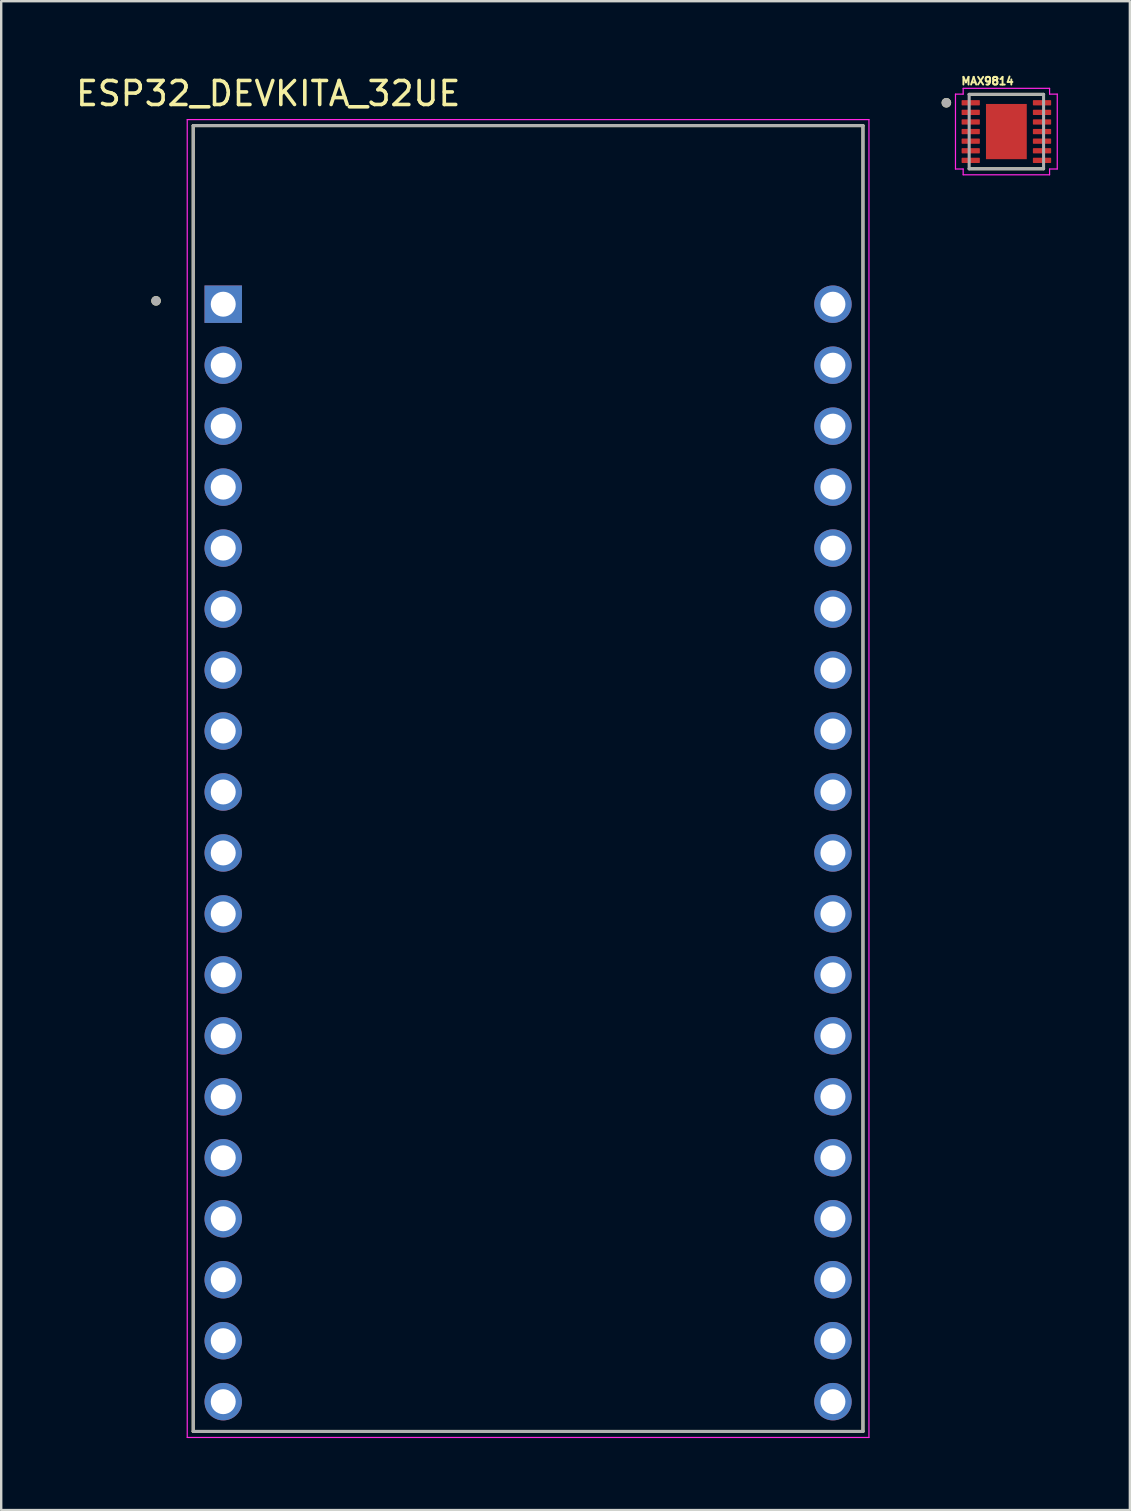
<source format=kicad_pcb>
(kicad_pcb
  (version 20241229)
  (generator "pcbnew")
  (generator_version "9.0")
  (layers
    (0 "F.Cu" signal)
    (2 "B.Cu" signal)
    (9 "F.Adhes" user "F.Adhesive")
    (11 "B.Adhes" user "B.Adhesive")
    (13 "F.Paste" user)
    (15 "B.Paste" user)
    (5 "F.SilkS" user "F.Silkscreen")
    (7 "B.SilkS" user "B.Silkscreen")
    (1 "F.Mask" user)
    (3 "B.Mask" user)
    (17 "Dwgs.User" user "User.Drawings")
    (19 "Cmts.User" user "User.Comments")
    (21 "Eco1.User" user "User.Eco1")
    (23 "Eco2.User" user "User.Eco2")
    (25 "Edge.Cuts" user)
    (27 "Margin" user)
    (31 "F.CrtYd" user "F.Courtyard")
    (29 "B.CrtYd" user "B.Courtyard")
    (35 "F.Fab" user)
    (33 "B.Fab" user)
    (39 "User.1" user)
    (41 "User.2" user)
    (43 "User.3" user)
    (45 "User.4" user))
  (footprint "ESP32_DEVKITA_32UE"
    (layer "F.Cu")
    (at 18.95 32.483)
    (property "Reference" "ESP32_DEVKITA_32UE" (at -10.825 -31.635 0) (layer "F.SilkS") (effects (font (size 1 1) (thickness 0.15))))
    (attr through_hole)
    (fp_line (start -13.95 -30.3) (end 13.95 -30.3) (stroke (width 0.127) (type solid)) (layer "F.SilkS"))
    (fp_line (start -13.95 24.1) (end -13.95 -30.3) (stroke (width 0.127) (type solid)) (layer "F.SilkS"))
    (fp_line (start 13.95 -30.3) (end 13.95 24.1) (stroke (width 0.127) (type solid)) (layer "F.SilkS"))
    (fp_line (start 13.95 24.1) (end -13.95 24.1) (stroke (width 0.127) (type solid)) (layer "F.SilkS"))
    (fp_circle (center -15.5 -23) (end -15.4 -23) (stroke (width 0.2) (type solid)) (fill no) (layer "F.SilkS"))
    (fp_line (start -14.2 -30.55) (end 14.2 -30.55) (stroke (width 0.05) (type solid)) (layer "F.CrtYd"))
    (fp_line (start -14.2 24.35) (end -14.2 -30.55) (stroke (width 0.05) (type solid)) (layer "F.CrtYd"))
    (fp_line (start 14.2 -30.55) (end 14.2 24.35) (stroke (width 0.05) (type solid)) (layer "F.CrtYd"))
    (fp_line (start 14.2 24.35) (end -14.2 24.35) (stroke (width 0.05) (type solid)) (layer "F.CrtYd"))
    (fp_line (start -13.95 -30.3) (end 13.95 -30.3) (stroke (width 0.127) (type solid)) (layer "F.Fab"))
    (fp_line (start -13.95 24.1) (end -13.95 -30.3) (stroke (width 0.127) (type solid)) (layer "F.Fab"))
    (fp_line (start 13.95 -30.3) (end 13.95 24.1) (stroke (width 0.127) (type solid)) (layer "F.Fab"))
    (fp_line (start 13.95 24.1) (end -13.95 24.1) (stroke (width 0.127) (type solid)) (layer "F.Fab"))
    (fp_circle (center -15.5 -23) (end -15.4 -23) (stroke (width 0.2) (type solid)) (fill no) (layer "F.Fab"))
    (pad "1" thru_hole rect (at -12.7 -22.86) (size 1.56 1.56) (drill 1.04) (layers "*.Cu" "*.Mask"))
    (pad "2" thru_hole circle (at -12.7 -20.32) (size 1.56 1.56) (drill 1.04) (layers "*.Cu" "*.Mask"))
    (pad "3" thru_hole circle (at -12.7 -17.78) (size 1.56 1.56) (drill 1.04) (layers "*.Cu" "*.Mask"))
    (pad "4" thru_hole circle (at -12.7 -15.24) (size 1.56 1.56) (drill 1.04) (layers "*.Cu" "*.Mask"))
    (pad "5" thru_hole circle (at -12.7 -12.7) (size 1.56 1.56) (drill 1.04) (layers "*.Cu" "*.Mask"))
    (pad "6" thru_hole circle (at -12.7 -10.16) (size 1.56 1.56) (drill 1.04) (layers "*.Cu" "*.Mask"))
    (pad "7" thru_hole circle (at -12.7 -7.62) (size 1.56 1.56) (drill 1.04) (layers "*.Cu" "*.Mask"))
    (pad "8" thru_hole circle (at -12.7 -5.08) (size 1.56 1.56) (drill 1.04) (layers "*.Cu" "*.Mask"))
    (pad "9" thru_hole circle (at -12.7 -2.54) (size 1.56 1.56) (drill 1.04) (layers "*.Cu" "*.Mask"))
    (pad "10" thru_hole circle (at -12.7 0) (size 1.56 1.56) (drill 1.04) (layers "*.Cu" "*.Mask"))
    (pad "11" thru_hole circle (at -12.7 2.54) (size 1.56 1.56) (drill 1.04) (layers "*.Cu" "*.Mask"))
    (pad "12" thru_hole circle (at -12.7 5.08) (size 1.56 1.56) (drill 1.04) (layers "*.Cu" "*.Mask"))
    (pad "13" thru_hole circle (at -12.7 7.62) (size 1.56 1.56) (drill 1.04) (layers "*.Cu" "*.Mask"))
    (pad "14" thru_hole circle (at -12.7 10.16) (size 1.56 1.56) (drill 1.04) (layers "*.Cu" "*.Mask"))
    (pad "15" thru_hole circle (at -12.7 12.7) (size 1.56 1.56) (drill 1.04) (layers "*.Cu" "*.Mask"))
    (pad "16" thru_hole circle (at -12.7 15.24) (size 1.56 1.56) (drill 1.04) (layers "*.Cu" "*.Mask"))
    (pad "17" thru_hole circle (at -12.7 17.78) (size 1.56 1.56) (drill 1.04) (layers "*.Cu" "*.Mask"))
    (pad "18" thru_hole circle (at -12.7 20.32) (size 1.56 1.56) (drill 1.04) (layers "*.Cu" "*.Mask"))
    (pad "19" thru_hole circle (at -12.7 22.86) (size 1.56 1.56) (drill 1.04) (layers "*.Cu" "*.Mask"))
    (pad "20" thru_hole circle (at 12.7 -22.86) (size 1.56 1.56) (drill 1.04) (layers "*.Cu" "*.Mask"))
    (pad "21" thru_hole circle (at 12.7 -20.32) (size 1.56 1.56) (drill 1.04) (layers "*.Cu" "*.Mask"))
    (pad "22" thru_hole circle (at 12.7 -17.78) (size 1.56 1.56) (drill 1.04) (layers "*.Cu" "*.Mask"))
    (pad "23" thru_hole circle (at 12.7 -15.24) (size 1.56 1.56) (drill 1.04) (layers "*.Cu" "*.Mask"))
    (pad "24" thru_hole circle (at 12.7 -12.7) (size 1.56 1.56) (drill 1.04) (layers "*.Cu" "*.Mask"))
    (pad "25" thru_hole circle (at 12.7 -10.16) (size 1.56 1.56) (drill 1.04) (layers "*.Cu" "*.Mask"))
    (pad "26" thru_hole circle (at 12.7 -7.62) (size 1.56 1.56) (drill 1.04) (layers "*.Cu" "*.Mask"))
    (pad "27" thru_hole circle (at 12.7 -5.08) (size 1.56 1.56) (drill 1.04) (layers "*.Cu" "*.Mask"))
    (pad "28" thru_hole circle (at 12.7 -2.54) (size 1.56 1.56) (drill 1.04) (layers "*.Cu" "*.Mask"))
    (pad "29" thru_hole circle (at 12.7 0) (size 1.56 1.56) (drill 1.04) (layers "*.Cu" "*.Mask"))
    (pad "30" thru_hole circle (at 12.7 2.54) (size 1.56 1.56) (drill 1.04) (layers "*.Cu" "*.Mask"))
    (pad "31" thru_hole circle (at 12.7 5.08) (size 1.56 1.56) (drill 1.04) (layers "*.Cu" "*.Mask"))
    (pad "32" thru_hole circle (at 12.7 7.62) (size 1.56 1.56) (drill 1.04) (layers "*.Cu" "*.Mask"))
    (pad "33" thru_hole circle (at 12.7 10.16) (size 1.56 1.56) (drill 1.04) (layers "*.Cu" "*.Mask"))
    (pad "34" thru_hole circle (at 12.7 12.7) (size 1.56 1.56) (drill 1.04) (layers "*.Cu" "*.Mask"))
    (pad "35" thru_hole circle (at 12.7 15.24) (size 1.56 1.56) (drill 1.04) (layers "*.Cu" "*.Mask"))
    (pad "36" thru_hole circle (at 12.7 17.78) (size 1.56 1.56) (drill 1.04) (layers "*.Cu" "*.Mask"))
    (pad "37" thru_hole circle (at 12.7 20.32) (size 1.56 1.56) (drill 1.04) (layers "*.Cu" "*.Mask"))
    (pad "38" thru_hole circle (at 12.7 22.86) (size 1.56 1.56) (drill 1.04) (layers "*.Cu" "*.Mask")))
  (footprint "MAX9814"
    (layer "F.Cu")
    (at 38.875 2.431)
    (property "Reference" "MAX9814" (at -0.784 -2.103 0) (layer "F.SilkS") (effects (font (size 0.32 0.32) (thickness 0.15))))
    (attr smd)
    (fp_line (start -1.55 -1.55) (end 1.55 -1.55) (stroke (width 0.127) (type solid)) (layer "F.SilkS"))
    (fp_line (start -1.55 1.55) (end 1.55 1.55) (stroke (width 0.127) (type solid)) (layer "F.SilkS"))
    (fp_circle (center -2.5 -1.2) (end -2.4 -1.2) (stroke (width 0.2) (type solid)) (fill no) (layer "F.SilkS"))
    (fp_poly (pts (xy -0.665 -0.965) (xy -0.095 -0.965) (xy -0.095 -0.095) (xy -0.665 -0.095)) (stroke (width 0.01) (type solid)) (fill yes) (layer "F.Paste"))
    (fp_poly (pts (xy -0.665 0.095) (xy -0.095 0.095) (xy -0.095 0.965) (xy -0.665 0.965)) (stroke (width 0.01) (type solid)) (fill yes) (layer "F.Paste"))
    (fp_poly (pts (xy 0.095 -0.965) (xy 0.665 -0.965) (xy 0.665 -0.095) (xy 0.095 -0.095)) (stroke (width 0.01) (type solid)) (fill yes) (layer "F.Paste"))
    (fp_poly (pts (xy 0.095 0.095) (xy 0.665 0.095) (xy 0.665 0.965) (xy 0.095 0.965)) (stroke (width 0.01) (type solid)) (fill yes) (layer "F.Paste"))
    (fp_line (start -2.12 -1.56) (end -1.8 -1.56) (stroke (width 0.05) (type solid)) (layer "F.CrtYd"))
    (fp_line (start -2.12 1.56) (end -2.12 -1.56) (stroke (width 0.05) (type solid)) (layer "F.CrtYd"))
    (fp_line (start -1.8 -1.8) (end 1.8 -1.8) (stroke (width 0.05) (type solid)) (layer "F.CrtYd"))
    (fp_line (start -1.8 -1.56) (end -1.8 -1.8) (stroke (width 0.05) (type solid)) (layer "F.CrtYd"))
    (fp_line (start -1.8 1.56) (end -2.12 1.56) (stroke (width 0.05) (type solid)) (layer "F.CrtYd"))
    (fp_line (start -1.8 1.8) (end -1.8 1.56) (stroke (width 0.05) (type solid)) (layer "F.CrtYd"))
    (fp_line (start 1.8 -1.8) (end 1.8 -1.56) (stroke (width 0.05) (type solid)) (layer "F.CrtYd"))
    (fp_line (start 1.8 -1.56) (end 2.12 -1.56) (stroke (width 0.05) (type solid)) (layer "F.CrtYd"))
    (fp_line (start 1.8 1.56) (end 1.8 1.8) (stroke (width 0.05) (type solid)) (layer "F.CrtYd"))
    (fp_line (start 1.8 1.8) (end -1.8 1.8) (stroke (width 0.05) (type solid)) (layer "F.CrtYd"))
    (fp_line (start 2.12 -1.56) (end 2.12 1.56) (stroke (width 0.05) (type solid)) (layer "F.CrtYd"))
    (fp_line (start 2.12 1.56) (end 1.8 1.56) (stroke (width 0.05) (type solid)) (layer "F.CrtYd"))
    (fp_line (start -1.55 -1.55) (end 1.55 -1.55) (stroke (width 0.127) (type solid)) (layer "F.Fab"))
    (fp_line (start -1.55 1.55) (end -1.55 -1.55) (stroke (width 0.127) (type solid)) (layer "F.Fab"))
    (fp_line (start 1.55 -1.55) (end 1.55 1.55) (stroke (width 0.127) (type solid)) (layer "F.Fab"))
    (fp_line (start 1.55 1.55) (end -1.55 1.55) (stroke (width 0.127) (type solid)) (layer "F.Fab"))
    (fp_circle (center -2.5 -1.2) (end -2.4 -1.2) (stroke (width 0.2) (type solid)) (fill no) (layer "F.Fab"))
    (pad "1" smd roundrect (at -1.485 -1.2) (size 0.76 0.22) (layers "F.Cu" "F.Mask" "F.Paste") (roundrect_rratio 0.125))
    (pad "2" smd roundrect (at -1.485 -0.8) (size 0.76 0.22) (layers "F.Cu" "F.Mask" "F.Paste") (roundrect_rratio 0.125))
    (pad "3" smd roundrect (at -1.485 -0.4) (size 0.76 0.22) (layers "F.Cu" "F.Mask" "F.Paste") (roundrect_rratio 0.125))
    (pad "4" smd roundrect (at -1.485 0) (size 0.76 0.22) (layers "F.Cu" "F.Mask" "F.Paste") (roundrect_rratio 0.125))
    (pad "5" smd roundrect (at -1.485 0.4) (size 0.76 0.22) (layers "F.Cu" "F.Mask" "F.Paste") (roundrect_rratio 0.125))
    (pad "6" smd roundrect (at -1.485 0.8) (size 0.76 0.22) (layers "F.Cu" "F.Mask" "F.Paste") (roundrect_rratio 0.125))
    (pad "7" smd roundrect (at -1.485 1.2) (size 0.76 0.22) (layers "F.Cu" "F.Mask" "F.Paste") (roundrect_rratio 0.125))
    (pad "8" smd roundrect (at 1.485 1.2) (size 0.76 0.22) (layers "F.Cu" "F.Mask" "F.Paste") (roundrect_rratio 0.125))
    (pad "9" smd roundrect (at 1.485 0.8) (size 0.76 0.22) (layers "F.Cu" "F.Mask" "F.Paste") (roundrect_rratio 0.125))
    (pad "10" smd roundrect (at 1.485 0.4) (size 0.76 0.22) (layers "F.Cu" "F.Mask" "F.Paste") (roundrect_rratio 0.125))
    (pad "11" smd roundrect (at 1.485 0) (size 0.76 0.22) (layers "F.Cu" "F.Mask" "F.Paste") (roundrect_rratio 0.125))
    (pad "12" smd roundrect (at 1.485 -0.4) (size 0.76 0.22) (layers "F.Cu" "F.Mask" "F.Paste") (roundrect_rratio 0.125))
    (pad "13" smd roundrect (at 1.485 -0.8) (size 0.76 0.22) (layers "F.Cu" "F.Mask" "F.Paste") (roundrect_rratio 0.125))
    (pad "14" smd roundrect (at 1.485 -1.2) (size 0.76 0.22) (layers "F.Cu" "F.Mask" "F.Paste") (roundrect_rratio 0.125))
    (pad "15" smd rect (at 0 0) (size 1.7 2.3) (layers "F.Cu" "F.Mask")))
  (gr_rect
    (start -3 -3)
    (end 44.02 59.858)
    (stroke (width 0.1) (type default))
    (fill no)
    (layer "Edge.Cuts")))
</source>
